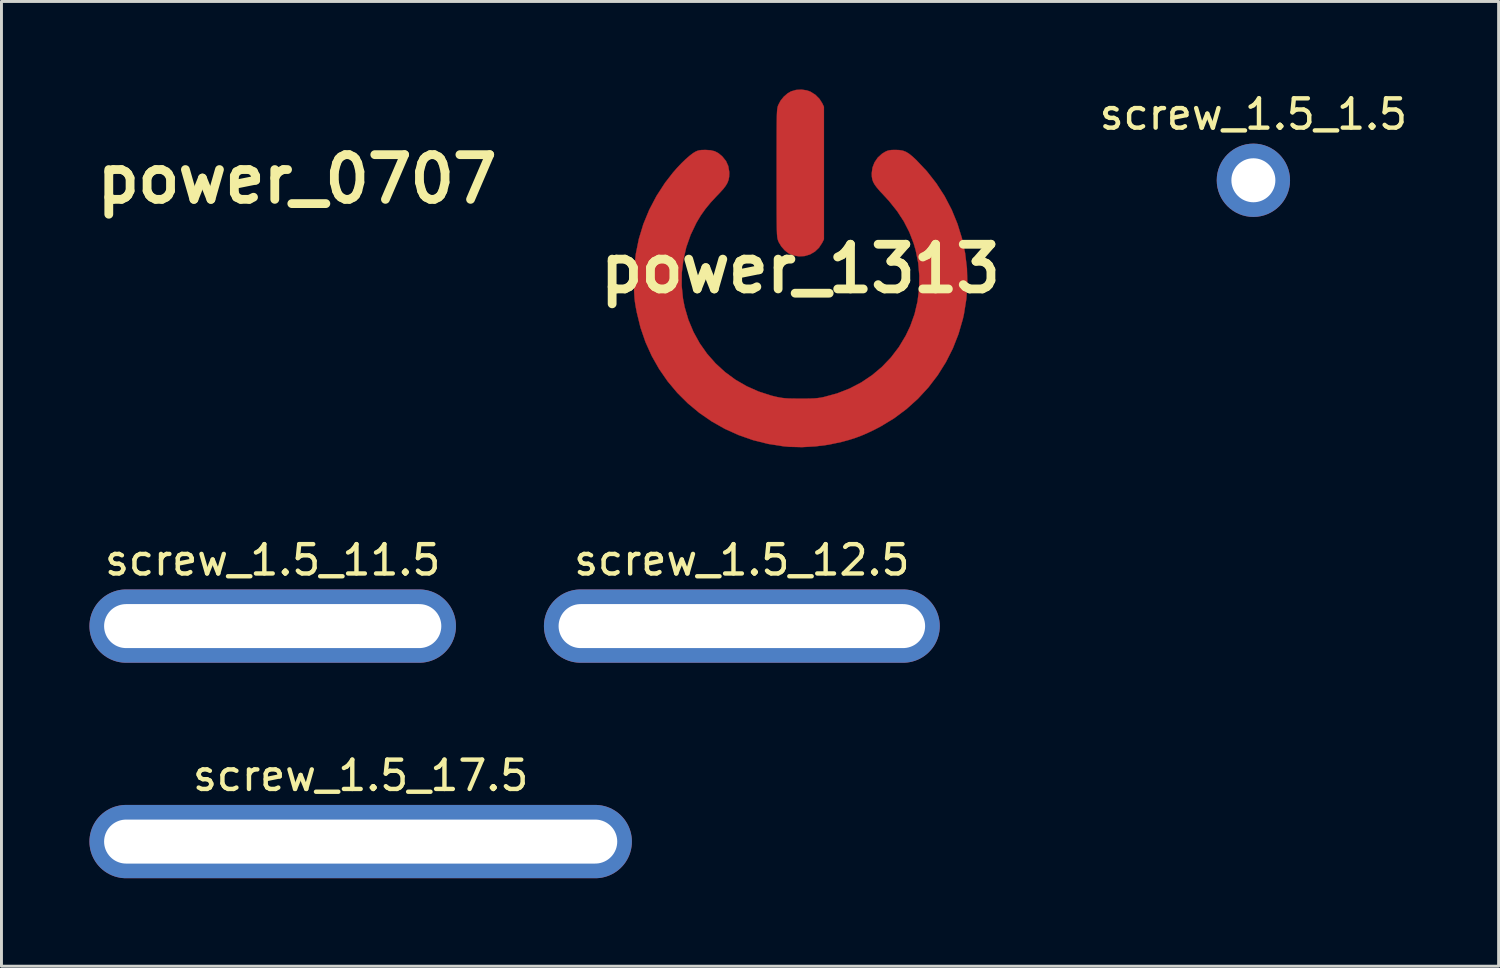
<source format=kicad_pcb>
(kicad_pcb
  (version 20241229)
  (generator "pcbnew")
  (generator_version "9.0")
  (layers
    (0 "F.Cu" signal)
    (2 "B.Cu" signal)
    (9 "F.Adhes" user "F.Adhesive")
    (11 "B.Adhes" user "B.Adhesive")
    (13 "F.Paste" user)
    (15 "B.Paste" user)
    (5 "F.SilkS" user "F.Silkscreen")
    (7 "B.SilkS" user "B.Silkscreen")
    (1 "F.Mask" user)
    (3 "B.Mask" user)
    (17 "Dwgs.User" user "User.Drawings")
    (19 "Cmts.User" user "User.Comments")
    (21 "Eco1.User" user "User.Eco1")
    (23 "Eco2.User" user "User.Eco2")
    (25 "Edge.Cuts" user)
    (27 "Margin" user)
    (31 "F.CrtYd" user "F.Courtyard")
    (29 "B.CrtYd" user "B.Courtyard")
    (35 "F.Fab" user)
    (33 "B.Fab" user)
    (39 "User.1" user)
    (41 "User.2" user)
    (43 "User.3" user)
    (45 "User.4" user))
  (footprint "power_0707"
    (layer "F.Cu")
    (at 7.083 3.059)
    (property "Reference" "power_0707" (at 0 0 0) (layer "F.SilkS") (effects (font (size 1.524 1.524) (thickness 0.3))))
    (attr through_hole)
    (fp_poly (pts (xy 0.108 -3.041) (xy 0.167 -3.02) (xy 0.252 -2.968) (xy 0.323 -2.897) (xy 0.369 -2.825) (xy 0.4 -2.762) (xy 0.4 -0.502) (xy 0.37 -0.442) (xy 0.316 -0.358) (xy 0.245 -0.292) (xy 0.163 -0.244) (xy 0.072 -0.216) (xy -0.023 -0.21) (xy -0.101 -0.223) (xy -0.148 -0.239) (xy -0.192 -0.257) (xy -0.21 -0.267) (xy -0.271 -0.316) (xy -0.327 -0.38) (xy -0.369 -0.451) (xy -0.379 -0.475) (xy -0.384 -0.488) (xy -0.388 -0.501) (xy -0.392 -0.516) (xy -0.395 -0.535) (xy -0.398 -0.559) (xy -0.4 -0.59) (xy -0.402 -0.63) (xy -0.403 -0.68) (xy -0.404 -0.742) (xy -0.405 -0.818) (xy -0.406 -0.909) (xy -0.406 -1.017) (xy -0.406 -1.144) (xy -0.406 -1.292) (xy -0.406 -1.462) (xy -0.406 -1.632) (xy -0.406 -1.823) (xy -0.406 -1.99) (xy -0.406 -2.135) (xy -0.406 -2.26) (xy -0.406 -2.366) (xy -0.405 -2.456) (xy -0.404 -2.53) (xy -0.403 -2.59) (xy -0.401 -2.639) (xy -0.4 -2.678) (xy -0.397 -2.708) (xy -0.395 -2.731) (xy -0.391 -2.75) (xy -0.388 -2.764) (xy -0.384 -2.778) (xy -0.379 -2.79) (xy -0.341 -2.864) (xy -0.285 -2.933) (xy -0.218 -2.991) (xy -0.161 -3.024) (xy -0.076 -3.049) (xy 0.016 -3.054) (xy 0.108 -3.041)) (stroke (width 0.01) (type solid)) (fill yes) (layer "F.Mask"))
    (fp_poly (pts (xy 1.687 -2.023) (xy 1.744 -2.013) (xy 1.796 -1.994) (xy 1.849 -1.963) (xy 1.907 -1.916) (xy 1.973 -1.855) (xy 2.155 -1.662) (xy 2.317 -1.456) (xy 2.458 -1.236) (xy 2.579 -1.006) (xy 2.677 -0.766) (xy 2.754 -0.519) (xy 2.808 -0.265) (xy 2.838 -0.008) (xy 2.846 0.252) (xy 2.829 0.513) (xy 2.788 0.773) (xy 2.769 0.857) (xy 2.695 1.114) (xy 2.598 1.36) (xy 2.479 1.595) (xy 2.339 1.817) (xy 2.18 2.025) (xy 2.003 2.217) (xy 1.808 2.393) (xy 1.596 2.551) (xy 1.369 2.689) (xy 1.264 2.743) (xy 1.145 2.8) (xy 1.038 2.846) (xy 0.935 2.885) (xy 0.827 2.919) (xy 0.705 2.953) (xy 0.705 2.953) (xy 0.483 3) (xy 0.255 3.03) (xy 0.026 3.043) (xy -0.195 3.037) (xy -0.284 3.029) (xy -0.55 2.988) (xy -0.807 2.923) (xy -1.054 2.837) (xy -1.29 2.73) (xy -1.514 2.604) (xy -1.725 2.458) (xy -1.92 2.295) (xy -2.101 2.116) (xy -2.264 1.92) (xy -2.41 1.71) (xy -2.537 1.487) (xy -2.643 1.251) (xy -2.728 1.003) (xy -2.791 0.746) (xy -2.793 0.737) (xy -2.806 0.664) (xy -2.816 0.606) (xy -2.824 0.556) (xy -2.829 0.507) (xy -2.833 0.453) (xy -2.836 0.388) (xy -2.839 0.306) (xy -2.84 0.279) (xy -2.837 0.012) (xy -2.808 -0.251) (xy -2.755 -0.509) (xy -2.679 -0.761) (xy -2.579 -1.005) (xy -2.456 -1.24) (xy -2.31 -1.464) (xy -2.174 -1.639) (xy -2.102 -1.721) (xy -2.028 -1.799) (xy -1.955 -1.869) (xy -1.888 -1.928) (xy -1.83 -1.972) (xy -1.798 -1.991) (xy -1.763 -2.008) (xy -1.73 -2.019) (xy -1.69 -2.024) (xy -1.636 -2.025) (xy -1.619 -2.025) (xy -1.532 -2.02) (xy -1.462 -2.003) (xy -1.4 -1.971) (xy -1.339 -1.921) (xy -1.332 -1.913) (xy -1.27 -1.836) (xy -1.231 -1.749) (xy -1.214 -1.652) (xy -1.214 -1.626) (xy -1.216 -1.567) (xy -1.226 -1.515) (xy -1.244 -1.466) (xy -1.274 -1.415) (xy -1.317 -1.359) (xy -1.376 -1.293) (xy -1.424 -1.244) (xy -1.532 -1.128) (xy -1.623 -1.017) (xy -1.702 -0.905) (xy -1.773 -0.785) (xy -1.776 -0.78) (xy -1.873 -0.578) (xy -1.947 -0.367) (xy -1.997 -0.151) (xy -2.023 0.069) (xy -2.026 0.29) (xy -2.003 0.51) (xy -1.975 0.654) (xy -1.911 0.872) (xy -1.825 1.078) (xy -1.718 1.271) (xy -1.592 1.45) (xy -1.448 1.614) (xy -1.287 1.762) (xy -1.11 1.892) (xy -0.918 2.003) (xy -0.714 2.094) (xy -0.498 2.164) (xy -0.402 2.187) (xy -0.353 2.197) (xy -0.307 2.204) (xy -0.258 2.209) (xy -0.201 2.212) (xy -0.131 2.214) (xy -0.042 2.215) (xy 0 2.215) (xy 0.096 2.215) (xy 0.173 2.214) (xy 0.234 2.211) (xy 0.284 2.207) (xy 0.33 2.201) (xy 0.376 2.193) (xy 0.402 2.187) (xy 0.626 2.126) (xy 0.838 2.043) (xy 1.037 1.939) (xy 1.222 1.815) (xy 1.391 1.672) (xy 1.544 1.512) (xy 1.679 1.335) (xy 1.795 1.141) (xy 1.873 0.976) (xy 1.946 0.772) (xy 1.996 0.559) (xy 2.023 0.341) (xy 2.027 0.121) (xy 2.008 -0.098) (xy 1.965 -0.313) (xy 1.931 -0.431) (xy 1.857 -0.622) (xy 1.764 -0.805) (xy 1.649 -0.981) (xy 1.511 -1.153) (xy 1.424 -1.248) (xy 1.355 -1.322) (xy 1.303 -1.382) (xy 1.266 -1.433) (xy 1.24 -1.48) (xy 1.225 -1.525) (xy 1.217 -1.573) (xy 1.215 -1.626) (xy 1.227 -1.722) (xy 1.262 -1.813) (xy 1.318 -1.894) (xy 1.391 -1.961) (xy 1.44 -1.991) (xy 1.476 -2.008) (xy 1.509 -2.019) (xy 1.549 -2.024) (xy 1.603 -2.025) (xy 1.619 -2.026) (xy 1.687 -2.023)) (stroke (width 0.01) (type solid)) (fill yes) (layer "F.Mask")))
  (footprint "screw_1.5_11.5"
    (layer "F.Cu")
    (at 6.25 18.302)
    (property "Reference" "screw_1.5_11.5" (at 0 -2.25 0) (layer "F.SilkS") (effects (font (size 1 1) (thickness 0.15))))
    (attr through_hole)
    (pad "1" thru_hole oval (at 0 0) (size 12.5 2.5) (drill oval 11.5 1.5) (layers "*.Cu" "*.Mask")))
  (footprint "power_1313"
    (layer "F.Cu")
    (at 24.249 6.114)
    (property "Reference" "power_1313" (at 0 0 0) (layer "F.SilkS") (effects (font (size 1.524 1.524) (thickness 0.3))))
    (attr through_hole)
    (fp_poly (pts (xy 0.216 -6.082) (xy 0.334 -6.041) (xy 0.505 -5.935) (xy 0.646 -5.794) (xy 0.739 -5.65) (xy 0.8 -5.524) (xy 0.8 -1.003) (xy 0.74 -0.883) (xy 0.631 -0.716) (xy 0.491 -0.583) (xy 0.326 -0.487) (xy 0.144 -0.432) (xy -0.046 -0.421) (xy -0.201 -0.446) (xy -0.296 -0.477) (xy -0.385 -0.515) (xy -0.42 -0.534) (xy -0.542 -0.632) (xy -0.654 -0.761) (xy -0.739 -0.902) (xy -0.759 -0.949) (xy -0.768 -0.975) (xy -0.776 -1.002) (xy -0.784 -1.032) (xy -0.79 -1.07) (xy -0.795 -1.118) (xy -0.8 -1.18) (xy -0.803 -1.259) (xy -0.806 -1.359) (xy -0.808 -1.484) (xy -0.81 -1.635) (xy -0.811 -1.818) (xy -0.812 -2.035) (xy -0.812 -2.289) (xy -0.813 -2.584) (xy -0.813 -2.924) (xy -0.813 -3.264) (xy -0.813 -3.646) (xy -0.813 -3.98) (xy -0.812 -4.271) (xy -0.812 -4.52) (xy -0.811 -4.733) (xy -0.81 -4.912) (xy -0.808 -5.06) (xy -0.806 -5.181) (xy -0.803 -5.278) (xy -0.799 -5.356) (xy -0.795 -5.416) (xy -0.789 -5.463) (xy -0.783 -5.499) (xy -0.776 -5.529) (xy -0.767 -5.555) (xy -0.758 -5.58) (xy -0.681 -5.728) (xy -0.569 -5.867) (xy -0.437 -5.981) (xy -0.323 -6.047) (xy -0.153 -6.097) (xy 0.033 -6.109) (xy 0.216 -6.082)) (stroke (width 0.01) (type solid)) (fill yes) (layer "F.Cu"))
    (fp_poly (pts (xy 3.374 -4.046) (xy 3.489 -4.027) (xy 3.593 -3.988) (xy 3.698 -3.925) (xy 3.813 -3.833) (xy 3.947 -3.709) (xy 4.31 -3.325) (xy 4.634 -2.911) (xy 4.917 -2.473) (xy 5.157 -2.012) (xy 5.354 -1.532) (xy 5.507 -1.038) (xy 5.615 -0.531) (xy 5.677 -0.016) (xy 5.692 0.504) (xy 5.658 1.026) (xy 5.575 1.547) (xy 5.538 1.714) (xy 5.389 2.228) (xy 5.195 2.721) (xy 4.958 3.19) (xy 4.679 3.634) (xy 4.361 4.05) (xy 4.005 4.435) (xy 3.615 4.786) (xy 3.192 5.102) (xy 2.737 5.378) (xy 2.529 5.487) (xy 2.29 5.601) (xy 2.077 5.693) (xy 1.871 5.77) (xy 1.654 5.839) (xy 1.41 5.905) (xy 1.409 5.906) (xy 0.966 6) (xy 0.509 6.06) (xy 0.053 6.085) (xy -0.39 6.074) (xy -0.568 6.058) (xy -1.1 5.975) (xy -1.614 5.847) (xy -2.108 5.674) (xy -2.58 5.461) (xy -3.028 5.207) (xy -3.449 4.917) (xy -3.841 4.591) (xy -4.202 4.231) (xy -4.529 3.841) (xy -4.82 3.421) (xy -5.073 2.974) (xy -5.286 2.502) (xy -5.456 2.007) (xy -5.582 1.491) (xy -5.585 1.473) (xy -5.613 1.329) (xy -5.633 1.212) (xy -5.648 1.112) (xy -5.659 1.014) (xy -5.666 0.906) (xy -5.673 0.776) (xy -5.679 0.611) (xy -5.681 0.559) (xy -5.673 0.024) (xy -5.616 -0.502) (xy -5.511 -1.019) (xy -5.358 -1.522) (xy -5.157 -2.01) (xy -4.911 -2.479) (xy -4.62 -2.928) (xy -4.348 -3.278) (xy -4.204 -3.443) (xy -4.056 -3.599) (xy -3.911 -3.739) (xy -3.776 -3.856) (xy -3.66 -3.944) (xy -3.597 -3.983) (xy -3.525 -4.017) (xy -3.459 -4.037) (xy -3.381 -4.047) (xy -3.273 -4.05) (xy -3.239 -4.051) (xy -3.064 -4.04) (xy -2.923 -4.006) (xy -2.799 -3.941) (xy -2.679 -3.842) (xy -2.663 -3.826) (xy -2.539 -3.672) (xy -2.462 -3.499) (xy -2.429 -3.304) (xy -2.427 -3.251) (xy -2.433 -3.134) (xy -2.452 -3.03) (xy -2.489 -2.931) (xy -2.548 -2.83) (xy -2.634 -2.718) (xy -2.753 -2.587) (xy -2.849 -2.487) (xy -3.065 -2.255) (xy -3.246 -2.034) (xy -3.404 -1.81) (xy -3.547 -1.57) (xy -3.552 -1.56) (xy -3.746 -1.155) (xy -3.894 -0.734) (xy -3.994 -0.302) (xy -4.047 0.138) (xy -4.051 0.58) (xy -4.006 1.021) (xy -3.95 1.308) (xy -3.822 1.743) (xy -3.65 2.155) (xy -3.437 2.542) (xy -3.185 2.9) (xy -2.896 3.228) (xy -2.573 3.524) (xy -2.22 3.784) (xy -1.837 4.006) (xy -1.428 4.188) (xy -0.995 4.328) (xy -0.804 4.374) (xy -0.707 4.393) (xy -0.614 4.408) (xy -0.516 4.418) (xy -0.402 4.425) (xy -0.261 4.428) (xy -0.085 4.43) (xy 0 4.43) (xy 0.193 4.43) (xy 0.345 4.427) (xy 0.467 4.422) (xy 0.569 4.414) (xy 0.661 4.402) (xy 0.753 4.385) (xy 0.804 4.374) (xy 1.252 4.252) (xy 1.676 4.086) (xy 2.074 3.878) (xy 2.443 3.63) (xy 2.782 3.345) (xy 3.088 3.024) (xy 3.358 2.669) (xy 3.59 2.282) (xy 3.746 1.953) (xy 3.892 1.544) (xy 3.992 1.118) (xy 4.046 0.682) (xy 4.054 0.242) (xy 4.016 -0.196) (xy 3.93 -0.625) (xy 3.861 -0.862) (xy 3.714 -1.245) (xy 3.527 -1.61) (xy 3.298 -1.962) (xy 3.022 -2.307) (xy 2.849 -2.496) (xy 2.711 -2.643) (xy 2.607 -2.764) (xy 2.531 -2.867) (xy 2.48 -2.959) (xy 2.449 -3.049) (xy 2.434 -3.145) (xy 2.43 -3.251) (xy 2.455 -3.445) (xy 2.525 -3.626) (xy 2.635 -3.788) (xy 2.781 -3.921) (xy 2.88 -3.983) (xy 2.952 -4.017) (xy 3.019 -4.037) (xy 3.098 -4.048) (xy 3.207 -4.051) (xy 3.239 -4.051) (xy 3.374 -4.046)) (stroke (width 0.01) (type solid)) (fill yes) (layer "F.Cu"))
    (fp_poly (pts (xy 0.216 -6.082) (xy 0.334 -6.041) (xy 0.505 -5.935) (xy 0.646 -5.794) (xy 0.739 -5.65) (xy 0.8 -5.524) (xy 0.8 -1.003) (xy 0.74 -0.883) (xy 0.631 -0.716) (xy 0.491 -0.583) (xy 0.326 -0.487) (xy 0.144 -0.432) (xy -0.046 -0.421) (xy -0.201 -0.446) (xy -0.296 -0.477) (xy -0.385 -0.515) (xy -0.42 -0.534) (xy -0.542 -0.632) (xy -0.654 -0.761) (xy -0.739 -0.902) (xy -0.759 -0.949) (xy -0.768 -0.975) (xy -0.776 -1.002) (xy -0.784 -1.032) (xy -0.79 -1.07) (xy -0.795 -1.118) (xy -0.8 -1.18) (xy -0.803 -1.259) (xy -0.806 -1.359) (xy -0.808 -1.484) (xy -0.81 -1.635) (xy -0.811 -1.818) (xy -0.812 -2.035) (xy -0.812 -2.289) (xy -0.813 -2.584) (xy -0.813 -2.924) (xy -0.813 -3.264) (xy -0.813 -3.646) (xy -0.813 -3.98) (xy -0.812 -4.271) (xy -0.812 -4.52) (xy -0.811 -4.733) (xy -0.81 -4.912) (xy -0.808 -5.06) (xy -0.806 -5.181) (xy -0.803 -5.278) (xy -0.799 -5.356) (xy -0.795 -5.416) (xy -0.789 -5.463) (xy -0.783 -5.499) (xy -0.776 -5.529) (xy -0.767 -5.555) (xy -0.758 -5.58) (xy -0.681 -5.728) (xy -0.569 -5.867) (xy -0.437 -5.981) (xy -0.323 -6.047) (xy -0.153 -6.097) (xy 0.033 -6.109) (xy 0.216 -6.082)) (stroke (width 0.01) (type solid)) (fill yes) (layer "F.Mask"))
    (fp_poly (pts (xy 3.374 -4.046) (xy 3.489 -4.027) (xy 3.593 -3.988) (xy 3.698 -3.925) (xy 3.813 -3.833) (xy 3.947 -3.709) (xy 4.31 -3.325) (xy 4.634 -2.911) (xy 4.917 -2.473) (xy 5.157 -2.012) (xy 5.354 -1.532) (xy 5.507 -1.038) (xy 5.615 -0.531) (xy 5.677 -0.016) (xy 5.692 0.504) (xy 5.658 1.026) (xy 5.575 1.547) (xy 5.538 1.714) (xy 5.389 2.228) (xy 5.195 2.721) (xy 4.958 3.19) (xy 4.679 3.634) (xy 4.361 4.05) (xy 4.005 4.435) (xy 3.615 4.786) (xy 3.192 5.102) (xy 2.737 5.378) (xy 2.529 5.487) (xy 2.29 5.601) (xy 2.077 5.693) (xy 1.871 5.77) (xy 1.654 5.839) (xy 1.41 5.905) (xy 1.409 5.906) (xy 0.966 6) (xy 0.509 6.06) (xy 0.053 6.085) (xy -0.39 6.074) (xy -0.568 6.058) (xy -1.1 5.975) (xy -1.614 5.847) (xy -2.108 5.674) (xy -2.58 5.461) (xy -3.028 5.207) (xy -3.449 4.917) (xy -3.841 4.591) (xy -4.202 4.231) (xy -4.529 3.841) (xy -4.82 3.421) (xy -5.073 2.974) (xy -5.286 2.502) (xy -5.456 2.007) (xy -5.582 1.491) (xy -5.585 1.473) (xy -5.613 1.329) (xy -5.633 1.212) (xy -5.648 1.112) (xy -5.659 1.014) (xy -5.666 0.906) (xy -5.673 0.776) (xy -5.679 0.611) (xy -5.681 0.559) (xy -5.673 0.024) (xy -5.616 -0.502) (xy -5.511 -1.019) (xy -5.358 -1.522) (xy -5.157 -2.01) (xy -4.911 -2.479) (xy -4.62 -2.928) (xy -4.348 -3.278) (xy -4.204 -3.443) (xy -4.056 -3.599) (xy -3.911 -3.739) (xy -3.776 -3.856) (xy -3.66 -3.944) (xy -3.597 -3.983) (xy -3.525 -4.017) (xy -3.459 -4.037) (xy -3.381 -4.047) (xy -3.273 -4.05) (xy -3.239 -4.051) (xy -3.064 -4.04) (xy -2.923 -4.006) (xy -2.799 -3.941) (xy -2.679 -3.842) (xy -2.663 -3.826) (xy -2.539 -3.672) (xy -2.462 -3.499) (xy -2.429 -3.304) (xy -2.427 -3.251) (xy -2.433 -3.134) (xy -2.452 -3.03) (xy -2.489 -2.931) (xy -2.548 -2.83) (xy -2.634 -2.718) (xy -2.753 -2.587) (xy -2.849 -2.487) (xy -3.065 -2.255) (xy -3.246 -2.034) (xy -3.404 -1.81) (xy -3.547 -1.57) (xy -3.552 -1.56) (xy -3.746 -1.155) (xy -3.894 -0.734) (xy -3.994 -0.302) (xy -4.047 0.138) (xy -4.051 0.58) (xy -4.006 1.021) (xy -3.95 1.308) (xy -3.822 1.743) (xy -3.65 2.155) (xy -3.437 2.542) (xy -3.185 2.9) (xy -2.896 3.228) (xy -2.573 3.524) (xy -2.22 3.784) (xy -1.837 4.006) (xy -1.428 4.188) (xy -0.995 4.328) (xy -0.804 4.374) (xy -0.707 4.393) (xy -0.614 4.408) (xy -0.516 4.418) (xy -0.402 4.425) (xy -0.261 4.428) (xy -0.085 4.43) (xy 0 4.43) (xy 0.193 4.43) (xy 0.345 4.427) (xy 0.467 4.422) (xy 0.569 4.414) (xy 0.661 4.402) (xy 0.753 4.385) (xy 0.804 4.374) (xy 1.252 4.252) (xy 1.676 4.086) (xy 2.074 3.878) (xy 2.443 3.63) (xy 2.782 3.345) (xy 3.088 3.024) (xy 3.358 2.669) (xy 3.59 2.282) (xy 3.746 1.953) (xy 3.892 1.544) (xy 3.992 1.118) (xy 4.046 0.682) (xy 4.054 0.242) (xy 4.016 -0.196) (xy 3.93 -0.625) (xy 3.861 -0.862) (xy 3.714 -1.245) (xy 3.527 -1.61) (xy 3.298 -1.962) (xy 3.022 -2.307) (xy 2.849 -2.496) (xy 2.711 -2.643) (xy 2.607 -2.764) (xy 2.531 -2.867) (xy 2.48 -2.959) (xy 2.449 -3.049) (xy 2.434 -3.145) (xy 2.43 -3.251) (xy 2.455 -3.445) (xy 2.525 -3.626) (xy 2.635 -3.788) (xy 2.781 -3.921) (xy 2.88 -3.983) (xy 2.952 -4.017) (xy 3.019 -4.037) (xy 3.098 -4.048) (xy 3.207 -4.051) (xy 3.239 -4.051) (xy 3.374 -4.046)) (stroke (width 0.01) (type solid)) (fill yes) (layer "F.Mask")))
  (footprint "screw_1.5_12.5"
    (layer "F.Cu")
    (at 22.25 18.302)
    (property "Reference" "screw_1.5_12.5" (at 0 -2.25 0) (layer "F.SilkS") (effects (font (size 1 1) (thickness 0.15))))
    (attr through_hole)
    (pad "1" thru_hole oval (at 0 0) (size 13.5 2.5) (drill oval 12.5 1.5) (layers "*.Cu" "*.Mask")))
  (footprint "screw_1.5_17.5"
    (layer "F.Cu")
    (at 9.25 25.651)
    (property "Reference" "screw_1.5_17.5" (at 0 -2.25 0) (layer "F.SilkS") (effects (font (size 1 1) (thickness 0.15))))
    (attr through_hole)
    (pad "1" thru_hole oval (at 0 0) (size 18.5 2.5) (drill oval 17.5 1.5) (layers "*.Cu" "*.Mask")))
  (footprint "screw_1.5_1.5"
    (layer "F.Cu")
    (at 39.695 3.098)
    (property "Reference" "screw_1.5_1.5" (at 0 -2.25 0) (layer "F.SilkS") (effects (font (size 1 1) (thickness 0.15))))
    (attr through_hole)
    (pad "1" thru_hole oval (at 0 0) (size 2.5 2.5) (drill oval 1.5) (layers "*.Cu" "*.Mask")))
  (gr_rect
    (start -3 -3)
    (end 48.058 29.901)
    (stroke (width 0.1) (type default))
    (fill no)
    (layer "Edge.Cuts")))
</source>
